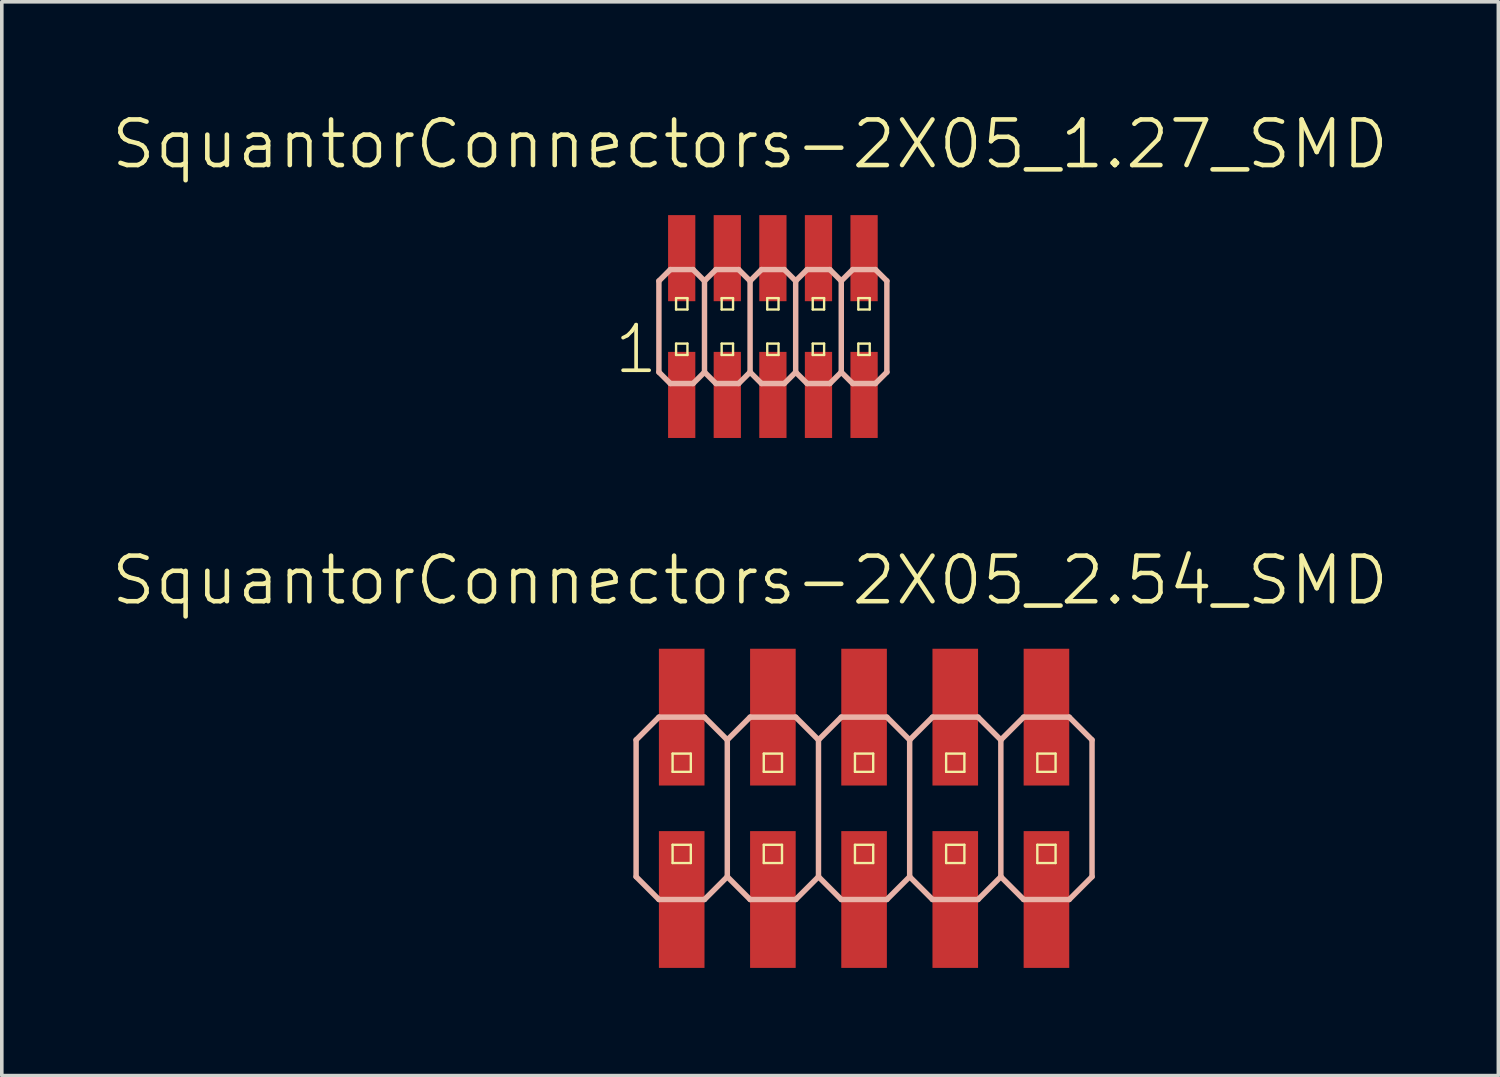
<source format=kicad_pcb>
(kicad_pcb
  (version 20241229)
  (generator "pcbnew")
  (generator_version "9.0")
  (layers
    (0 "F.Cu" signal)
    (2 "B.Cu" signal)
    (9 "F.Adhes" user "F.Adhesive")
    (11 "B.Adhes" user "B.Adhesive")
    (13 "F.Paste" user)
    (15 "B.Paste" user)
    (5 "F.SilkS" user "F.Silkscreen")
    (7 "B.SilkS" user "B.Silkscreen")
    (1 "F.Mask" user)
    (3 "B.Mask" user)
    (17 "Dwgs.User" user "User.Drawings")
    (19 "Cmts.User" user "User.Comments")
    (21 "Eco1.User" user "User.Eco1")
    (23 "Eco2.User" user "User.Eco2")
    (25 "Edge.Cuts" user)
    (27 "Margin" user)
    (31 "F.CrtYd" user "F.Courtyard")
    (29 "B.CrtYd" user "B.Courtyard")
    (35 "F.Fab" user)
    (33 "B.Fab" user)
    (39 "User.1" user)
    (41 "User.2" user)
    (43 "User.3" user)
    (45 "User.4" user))
  (footprint "SquantorConnectors-2X05_2.54_SMD"
    (layer "F.Cu")
    (at 21.019 19.466)
    (property "Reference" "SquantorConnectors-2X05_2.54_SMD" (at -3.175 -6.35 0) (layer "F.SilkS") (effects (font (size 1.27 1.27) (thickness 0.127))))
    (attr smd)
    (fp_line (start -5.334 -1.524) (end -4.826 -1.524) (stroke (width 0.066) (type solid)) (layer "F.SilkS"))
    (fp_line (start -5.334 -1.016) (end -5.334 -1.524) (stroke (width 0.066) (type solid)) (layer "F.SilkS"))
    (fp_line (start -5.334 -1.016) (end -4.826 -1.016) (stroke (width 0.066) (type solid)) (layer "F.SilkS"))
    (fp_line (start -5.334 1.016) (end -4.826 1.016) (stroke (width 0.066) (type solid)) (layer "F.SilkS"))
    (fp_line (start -5.334 1.524) (end -5.334 1.016) (stroke (width 0.066) (type solid)) (layer "F.SilkS"))
    (fp_line (start -5.334 1.524) (end -4.826 1.524) (stroke (width 0.066) (type solid)) (layer "F.SilkS"))
    (fp_line (start -4.826 -1.016) (end -4.826 -1.524) (stroke (width 0.066) (type solid)) (layer "F.SilkS"))
    (fp_line (start -4.826 1.524) (end -4.826 1.016) (stroke (width 0.066) (type solid)) (layer "F.SilkS"))
    (fp_line (start -2.794 -1.524) (end -2.286 -1.524) (stroke (width 0.066) (type solid)) (layer "F.SilkS"))
    (fp_line (start -2.794 -1.016) (end -2.794 -1.524) (stroke (width 0.066) (type solid)) (layer "F.SilkS"))
    (fp_line (start -2.794 -1.016) (end -2.286 -1.016) (stroke (width 0.066) (type solid)) (layer "F.SilkS"))
    (fp_line (start -2.794 1.016) (end -2.286 1.016) (stroke (width 0.066) (type solid)) (layer "F.SilkS"))
    (fp_line (start -2.794 1.524) (end -2.794 1.016) (stroke (width 0.066) (type solid)) (layer "F.SilkS"))
    (fp_line (start -2.794 1.524) (end -2.286 1.524) (stroke (width 0.066) (type solid)) (layer "F.SilkS"))
    (fp_line (start -2.286 -1.016) (end -2.286 -1.524) (stroke (width 0.066) (type solid)) (layer "F.SilkS"))
    (fp_line (start -2.286 1.524) (end -2.286 1.016) (stroke (width 0.066) (type solid)) (layer "F.SilkS"))
    (fp_line (start -0.254 -1.524) (end 0.254 -1.524) (stroke (width 0.066) (type solid)) (layer "F.SilkS"))
    (fp_line (start -0.254 -1.016) (end -0.254 -1.524) (stroke (width 0.066) (type solid)) (layer "F.SilkS"))
    (fp_line (start -0.254 -1.016) (end 0.254 -1.016) (stroke (width 0.066) (type solid)) (layer "F.SilkS"))
    (fp_line (start -0.254 1.016) (end 0.254 1.016) (stroke (width 0.066) (type solid)) (layer "F.SilkS"))
    (fp_line (start -0.254 1.524) (end -0.254 1.016) (stroke (width 0.066) (type solid)) (layer "F.SilkS"))
    (fp_line (start -0.254 1.524) (end 0.254 1.524) (stroke (width 0.066) (type solid)) (layer "F.SilkS"))
    (fp_line (start 0.254 -1.016) (end 0.254 -1.524) (stroke (width 0.066) (type solid)) (layer "F.SilkS"))
    (fp_line (start 0.254 1.524) (end 0.254 1.016) (stroke (width 0.066) (type solid)) (layer "F.SilkS"))
    (fp_line (start 2.286 -1.524) (end 2.794 -1.524) (stroke (width 0.066) (type solid)) (layer "F.SilkS"))
    (fp_line (start 2.286 -1.016) (end 2.286 -1.524) (stroke (width 0.066) (type solid)) (layer "F.SilkS"))
    (fp_line (start 2.286 -1.016) (end 2.794 -1.016) (stroke (width 0.066) (type solid)) (layer "F.SilkS"))
    (fp_line (start 2.286 1.016) (end 2.794 1.016) (stroke (width 0.066) (type solid)) (layer "F.SilkS"))
    (fp_line (start 2.286 1.524) (end 2.286 1.016) (stroke (width 0.066) (type solid)) (layer "F.SilkS"))
    (fp_line (start 2.286 1.524) (end 2.794 1.524) (stroke (width 0.066) (type solid)) (layer "F.SilkS"))
    (fp_line (start 2.794 -1.016) (end 2.794 -1.524) (stroke (width 0.066) (type solid)) (layer "F.SilkS"))
    (fp_line (start 2.794 1.524) (end 2.794 1.016) (stroke (width 0.066) (type solid)) (layer "F.SilkS"))
    (fp_line (start 4.826 -1.524) (end 5.334 -1.524) (stroke (width 0.066) (type solid)) (layer "F.SilkS"))
    (fp_line (start 4.826 -1.016) (end 4.826 -1.524) (stroke (width 0.066) (type solid)) (layer "F.SilkS"))
    (fp_line (start 4.826 -1.016) (end 5.334 -1.016) (stroke (width 0.066) (type solid)) (layer "F.SilkS"))
    (fp_line (start 4.826 1.016) (end 5.334 1.016) (stroke (width 0.066) (type solid)) (layer "F.SilkS"))
    (fp_line (start 4.826 1.524) (end 4.826 1.016) (stroke (width 0.066) (type solid)) (layer "F.SilkS"))
    (fp_line (start 4.826 1.524) (end 5.334 1.524) (stroke (width 0.066) (type solid)) (layer "F.SilkS"))
    (fp_line (start 5.334 -1.016) (end 5.334 -1.524) (stroke (width 0.066) (type solid)) (layer "F.SilkS"))
    (fp_line (start 5.334 1.524) (end 5.334 1.016) (stroke (width 0.066) (type solid)) (layer "F.SilkS"))
    (fp_line (start -6.35 -1.905) (end -5.715 -2.54) (stroke (width 0.152) (type solid)) (layer "B.SilkS"))
    (fp_line (start -6.35 1.905) (end -6.35 -1.905) (stroke (width 0.152) (type solid)) (layer "B.SilkS"))
    (fp_line (start -6.35 1.905) (end -5.715 2.54) (stroke (width 0.152) (type solid)) (layer "B.SilkS"))
    (fp_line (start -5.715 -2.54) (end -4.445 -2.54) (stroke (width 0.152) (type solid)) (layer "B.SilkS"))
    (fp_line (start -5.715 2.54) (end -4.445 2.54) (stroke (width 0.152) (type solid)) (layer "B.SilkS"))
    (fp_line (start -4.445 -2.54) (end -3.81 -1.905) (stroke (width 0.152) (type solid)) (layer "B.SilkS"))
    (fp_line (start -4.445 2.54) (end -3.81 1.905) (stroke (width 0.152) (type solid)) (layer "B.SilkS"))
    (fp_line (start -3.81 -1.905) (end -3.81 1.905) (stroke (width 0.152) (type solid)) (layer "B.SilkS"))
    (fp_line (start -3.81 -1.905) (end -3.175 -2.54) (stroke (width 0.152) (type solid)) (layer "B.SilkS"))
    (fp_line (start -3.81 1.905) (end -3.175 2.54) (stroke (width 0.152) (type solid)) (layer "B.SilkS"))
    (fp_line (start -3.175 -2.54) (end -1.905 -2.54) (stroke (width 0.152) (type solid)) (layer "B.SilkS"))
    (fp_line (start -3.175 2.54) (end -1.905 2.54) (stroke (width 0.152) (type solid)) (layer "B.SilkS"))
    (fp_line (start -1.905 -2.54) (end -1.27 -1.905) (stroke (width 0.152) (type solid)) (layer "B.SilkS"))
    (fp_line (start -1.905 2.54) (end -1.27 1.905) (stroke (width 0.152) (type solid)) (layer "B.SilkS"))
    (fp_line (start -1.27 -1.905) (end -1.27 1.905) (stroke (width 0.152) (type solid)) (layer "B.SilkS"))
    (fp_line (start -1.27 -1.905) (end -0.635 -2.54) (stroke (width 0.152) (type solid)) (layer "B.SilkS"))
    (fp_line (start -1.27 1.905) (end -0.635 2.54) (stroke (width 0.152) (type solid)) (layer "B.SilkS"))
    (fp_line (start -0.635 -2.54) (end 0.635 -2.54) (stroke (width 0.152) (type solid)) (layer "B.SilkS"))
    (fp_line (start -0.635 2.54) (end 0.635 2.54) (stroke (width 0.152) (type solid)) (layer "B.SilkS"))
    (fp_line (start 0.635 -2.54) (end 1.27 -1.905) (stroke (width 0.152) (type solid)) (layer "B.SilkS"))
    (fp_line (start 0.635 2.54) (end 1.27 1.905) (stroke (width 0.152) (type solid)) (layer "B.SilkS"))
    (fp_line (start 1.27 -1.905) (end 1.27 1.905) (stroke (width 0.152) (type solid)) (layer "B.SilkS"))
    (fp_line (start 1.27 -1.905) (end 1.905 -2.54) (stroke (width 0.152) (type solid)) (layer "B.SilkS"))
    (fp_line (start 1.27 1.905) (end 1.905 2.54) (stroke (width 0.152) (type solid)) (layer "B.SilkS"))
    (fp_line (start 1.905 -2.54) (end 3.175 -2.54) (stroke (width 0.152) (type solid)) (layer "B.SilkS"))
    (fp_line (start 1.905 2.54) (end 3.175 2.54) (stroke (width 0.152) (type solid)) (layer "B.SilkS"))
    (fp_line (start 3.175 -2.54) (end 3.81 -1.905) (stroke (width 0.152) (type solid)) (layer "B.SilkS"))
    (fp_line (start 3.175 2.54) (end 3.81 1.905) (stroke (width 0.152) (type solid)) (layer "B.SilkS"))
    (fp_line (start 3.81 -1.905) (end 3.81 1.905) (stroke (width 0.152) (type solid)) (layer "B.SilkS"))
    (fp_line (start 3.81 -1.905) (end 4.445 -2.54) (stroke (width 0.152) (type solid)) (layer "B.SilkS"))
    (fp_line (start 3.81 1.905) (end 4.445 2.54) (stroke (width 0.152) (type solid)) (layer "B.SilkS"))
    (fp_line (start 4.445 -2.54) (end 5.715 -2.54) (stroke (width 0.152) (type solid)) (layer "B.SilkS"))
    (fp_line (start 4.445 2.54) (end 5.715 2.54) (stroke (width 0.152) (type solid)) (layer "B.SilkS"))
    (fp_line (start 5.715 -2.54) (end 6.35 -1.905) (stroke (width 0.152) (type solid)) (layer "B.SilkS"))
    (fp_line (start 5.715 2.54) (end 6.35 1.905) (stroke (width 0.152) (type solid)) (layer "B.SilkS"))
    (fp_line (start 6.35 -1.905) (end 6.35 1.905) (stroke (width 0.152) (type solid)) (layer "B.SilkS"))
    (pad "1" smd rect (at -5.08 2.54 90) (size 3.81 1.27) (layers "F.Cu" "F.Mask" "F.Paste"))
    (pad "2" smd rect (at -5.08 -2.54 90) (size 3.81 1.27) (layers "F.Cu" "F.Mask" "F.Paste"))
    (pad "3" smd rect (at -2.54 2.54 90) (size 3.81 1.27) (layers "F.Cu" "F.Mask" "F.Paste"))
    (pad "4" smd rect (at -2.54 -2.54 90) (size 3.81 1.27) (layers "F.Cu" "F.Mask" "F.Paste"))
    (pad "5" smd rect (at 0 2.54 90) (size 3.81 1.27) (layers "F.Cu" "F.Mask" "F.Paste"))
    (pad "6" smd rect (at 0 -2.54 90) (size 3.81 1.27) (layers "F.Cu" "F.Mask" "F.Paste"))
    (pad "7" smd rect (at 2.54 2.54 90) (size 3.81 1.27) (layers "F.Cu" "F.Mask" "F.Paste"))
    (pad "8" smd rect (at 2.54 -2.54 90) (size 3.81 1.27) (layers "F.Cu" "F.Mask" "F.Paste"))
    (pad "9" smd rect (at 5.08 2.54 90) (size 3.81 1.27) (layers "F.Cu" "F.Mask" "F.Paste"))
    (pad "10" smd rect (at 5.08 -2.54 90) (size 3.81 1.27) (layers "F.Cu" "F.Mask" "F.Paste")))
  (footprint "SquantorConnectors-2X05_1.27_SMD"
    (layer "F.Cu")
    (at 18.479 6.046)
    (property "Reference" "SquantorConnectors-2X05_1.27_SMD" (at -0.635 -5.08 0) (layer "F.SilkS") (effects (font (size 1.27 1.27) (thickness 0.127))))
    (attr smd)
    (fp_line (start -2.697 -0.792) (end -2.38 -0.792) (stroke (width 0.066) (type solid)) (layer "F.SilkS"))
    (fp_line (start -2.697 -0.475) (end -2.697 -0.792) (stroke (width 0.066) (type solid)) (layer "F.SilkS"))
    (fp_line (start -2.697 -0.475) (end -2.38 -0.475) (stroke (width 0.066) (type solid)) (layer "F.SilkS"))
    (fp_line (start -2.697 0.475) (end -2.38 0.475) (stroke (width 0.066) (type solid)) (layer "F.SilkS"))
    (fp_line (start -2.697 0.792) (end -2.697 0.475) (stroke (width 0.066) (type solid)) (layer "F.SilkS"))
    (fp_line (start -2.697 0.792) (end -2.38 0.792) (stroke (width 0.066) (type solid)) (layer "F.SilkS"))
    (fp_line (start -2.38 -0.475) (end -2.38 -0.792) (stroke (width 0.066) (type solid)) (layer "F.SilkS"))
    (fp_line (start -2.38 0.792) (end -2.38 0.475) (stroke (width 0.066) (type solid)) (layer "F.SilkS"))
    (fp_line (start -1.427 -0.792) (end -1.11 -0.792) (stroke (width 0.066) (type solid)) (layer "F.SilkS"))
    (fp_line (start -1.427 -0.475) (end -1.427 -0.792) (stroke (width 0.066) (type solid)) (layer "F.SilkS"))
    (fp_line (start -1.427 -0.475) (end -1.11 -0.475) (stroke (width 0.066) (type solid)) (layer "F.SilkS"))
    (fp_line (start -1.427 0.475) (end -1.11 0.475) (stroke (width 0.066) (type solid)) (layer "F.SilkS"))
    (fp_line (start -1.427 0.792) (end -1.427 0.475) (stroke (width 0.066) (type solid)) (layer "F.SilkS"))
    (fp_line (start -1.427 0.792) (end -1.11 0.792) (stroke (width 0.066) (type solid)) (layer "F.SilkS"))
    (fp_line (start -1.11 -0.475) (end -1.11 -0.792) (stroke (width 0.066) (type solid)) (layer "F.SilkS"))
    (fp_line (start -1.11 0.792) (end -1.11 0.475) (stroke (width 0.066) (type solid)) (layer "F.SilkS"))
    (fp_line (start -0.157 -0.792) (end 0.157 -0.792) (stroke (width 0.066) (type solid)) (layer "F.SilkS"))
    (fp_line (start -0.157 -0.475) (end -0.157 -0.792) (stroke (width 0.066) (type solid)) (layer "F.SilkS"))
    (fp_line (start -0.157 -0.475) (end 0.157 -0.475) (stroke (width 0.066) (type solid)) (layer "F.SilkS"))
    (fp_line (start -0.157 0.475) (end 0.157 0.475) (stroke (width 0.066) (type solid)) (layer "F.SilkS"))
    (fp_line (start -0.157 0.792) (end -0.157 0.475) (stroke (width 0.066) (type solid)) (layer "F.SilkS"))
    (fp_line (start -0.157 0.792) (end 0.157 0.792) (stroke (width 0.066) (type solid)) (layer "F.SilkS"))
    (fp_line (start 0.157 -0.475) (end 0.157 -0.792) (stroke (width 0.066) (type solid)) (layer "F.SilkS"))
    (fp_line (start 0.157 0.792) (end 0.157 0.475) (stroke (width 0.066) (type solid)) (layer "F.SilkS"))
    (fp_line (start 1.11 -0.792) (end 1.427 -0.792) (stroke (width 0.066) (type solid)) (layer "F.SilkS"))
    (fp_line (start 1.11 -0.475) (end 1.11 -0.792) (stroke (width 0.066) (type solid)) (layer "F.SilkS"))
    (fp_line (start 1.11 -0.475) (end 1.427 -0.475) (stroke (width 0.066) (type solid)) (layer "F.SilkS"))
    (fp_line (start 1.11 0.475) (end 1.427 0.475) (stroke (width 0.066) (type solid)) (layer "F.SilkS"))
    (fp_line (start 1.11 0.792) (end 1.11 0.475) (stroke (width 0.066) (type solid)) (layer "F.SilkS"))
    (fp_line (start 1.11 0.792) (end 1.427 0.792) (stroke (width 0.066) (type solid)) (layer "F.SilkS"))
    (fp_line (start 1.427 -0.475) (end 1.427 -0.792) (stroke (width 0.066) (type solid)) (layer "F.SilkS"))
    (fp_line (start 1.427 0.792) (end 1.427 0.475) (stroke (width 0.066) (type solid)) (layer "F.SilkS"))
    (fp_line (start 2.38 -0.792) (end 2.697 -0.792) (stroke (width 0.066) (type solid)) (layer "F.SilkS"))
    (fp_line (start 2.38 -0.475) (end 2.38 -0.792) (stroke (width 0.066) (type solid)) (layer "F.SilkS"))
    (fp_line (start 2.38 -0.475) (end 2.697 -0.475) (stroke (width 0.066) (type solid)) (layer "F.SilkS"))
    (fp_line (start 2.38 0.475) (end 2.697 0.475) (stroke (width 0.066) (type solid)) (layer "F.SilkS"))
    (fp_line (start 2.38 0.792) (end 2.38 0.475) (stroke (width 0.066) (type solid)) (layer "F.SilkS"))
    (fp_line (start 2.38 0.792) (end 2.697 0.792) (stroke (width 0.066) (type solid)) (layer "F.SilkS"))
    (fp_line (start 2.697 -0.475) (end 2.697 -0.792) (stroke (width 0.066) (type solid)) (layer "F.SilkS"))
    (fp_line (start 2.697 0.792) (end 2.697 0.475) (stroke (width 0.066) (type solid)) (layer "F.SilkS"))
    (fp_line (start -3.175 -1.27) (end -2.857 -1.587) (stroke (width 0.152) (type solid)) (layer "B.SilkS"))
    (fp_line (start -3.175 1.27) (end -3.175 -1.27) (stroke (width 0.152) (type solid)) (layer "B.SilkS"))
    (fp_line (start -3.175 1.27) (end -2.857 1.587) (stroke (width 0.152) (type solid)) (layer "B.SilkS"))
    (fp_line (start -2.857 -1.587) (end -2.223 -1.587) (stroke (width 0.152) (type solid)) (layer "B.SilkS"))
    (fp_line (start -2.857 1.587) (end -2.223 1.587) (stroke (width 0.152) (type solid)) (layer "B.SilkS"))
    (fp_line (start -2.223 -1.587) (end -1.905 -1.27) (stroke (width 0.152) (type solid)) (layer "B.SilkS"))
    (fp_line (start -2.223 1.587) (end -1.905 1.27) (stroke (width 0.152) (type solid)) (layer "B.SilkS"))
    (fp_line (start -1.905 -1.27) (end -1.905 1.27) (stroke (width 0.152) (type solid)) (layer "B.SilkS"))
    (fp_line (start -1.905 -1.27) (end -1.587 -1.587) (stroke (width 0.152) (type solid)) (layer "B.SilkS"))
    (fp_line (start -1.905 1.27) (end -1.587 1.587) (stroke (width 0.152) (type solid)) (layer "B.SilkS"))
    (fp_line (start -1.587 -1.587) (end -0.953 -1.587) (stroke (width 0.152) (type solid)) (layer "B.SilkS"))
    (fp_line (start -1.587 1.587) (end -0.953 1.587) (stroke (width 0.152) (type solid)) (layer "B.SilkS"))
    (fp_line (start -0.953 -1.587) (end -0.635 -1.27) (stroke (width 0.152) (type solid)) (layer "B.SilkS"))
    (fp_line (start -0.953 1.587) (end -0.635 1.27) (stroke (width 0.152) (type solid)) (layer "B.SilkS"))
    (fp_line (start -0.635 -1.27) (end -0.635 1.27) (stroke (width 0.152) (type solid)) (layer "B.SilkS"))
    (fp_line (start -0.635 -1.27) (end -0.318 -1.587) (stroke (width 0.152) (type solid)) (layer "B.SilkS"))
    (fp_line (start -0.635 1.27) (end -0.318 1.587) (stroke (width 0.152) (type solid)) (layer "B.SilkS"))
    (fp_line (start -0.318 -1.587) (end 0.318 -1.587) (stroke (width 0.152) (type solid)) (layer "B.SilkS"))
    (fp_line (start -0.318 1.587) (end 0.318 1.587) (stroke (width 0.152) (type solid)) (layer "B.SilkS"))
    (fp_line (start 0.318 -1.587) (end 0.635 -1.27) (stroke (width 0.152) (type solid)) (layer "B.SilkS"))
    (fp_line (start 0.318 1.587) (end 0.635 1.27) (stroke (width 0.152) (type solid)) (layer "B.SilkS"))
    (fp_line (start 0.635 -1.27) (end 0.635 1.27) (stroke (width 0.152) (type solid)) (layer "B.SilkS"))
    (fp_line (start 0.635 -1.27) (end 0.953 -1.587) (stroke (width 0.152) (type solid)) (layer "B.SilkS"))
    (fp_line (start 0.635 1.27) (end 0.953 1.587) (stroke (width 0.152) (type solid)) (layer "B.SilkS"))
    (fp_line (start 0.953 -1.587) (end 1.587 -1.587) (stroke (width 0.152) (type solid)) (layer "B.SilkS"))
    (fp_line (start 0.953 1.587) (end 1.587 1.587) (stroke (width 0.152) (type solid)) (layer "B.SilkS"))
    (fp_line (start 1.587 -1.587) (end 1.905 -1.27) (stroke (width 0.152) (type solid)) (layer "B.SilkS"))
    (fp_line (start 1.587 1.587) (end 1.905 1.27) (stroke (width 0.152) (type solid)) (layer "B.SilkS"))
    (fp_line (start 1.905 -1.27) (end 1.905 1.27) (stroke (width 0.152) (type solid)) (layer "B.SilkS"))
    (fp_line (start 1.905 -1.27) (end 2.223 -1.587) (stroke (width 0.152) (type solid)) (layer "B.SilkS"))
    (fp_line (start 1.905 1.27) (end 2.223 1.587) (stroke (width 0.152) (type solid)) (layer "B.SilkS"))
    (fp_line (start 2.223 -1.587) (end 2.857 -1.587) (stroke (width 0.152) (type solid)) (layer "B.SilkS"))
    (fp_line (start 2.223 1.587) (end 2.857 1.587) (stroke (width 0.152) (type solid)) (layer "B.SilkS"))
    (fp_line (start 2.857 -1.587) (end 3.175 -1.27) (stroke (width 0.152) (type solid)) (layer "B.SilkS"))
    (fp_line (start 2.857 1.587) (end 3.175 1.27) (stroke (width 0.152) (type solid)) (layer "B.SilkS"))
    (fp_line (start 3.175 -1.27) (end 3.175 1.27) (stroke (width 0.152) (type solid)) (layer "B.SilkS"))
    (fp_text user "1" (at -3.81 0.635 0) (layer "F.SilkS") (effects (font (size 1.27 1.27) (thickness 0.102))))
    (pad "1" smd rect (at -2.54 1.905 90) (size 2.398 0.759) (layers "F.Cu" "F.Mask" "F.Paste"))
    (pad "2" smd rect (at -2.54 -1.905 90) (size 2.398 0.759) (layers "F.Cu" "F.Mask" "F.Paste"))
    (pad "3" smd rect (at -1.27 1.905 90) (size 2.398 0.759) (layers "F.Cu" "F.Mask" "F.Paste"))
    (pad "4" smd rect (at -1.27 -1.905 90) (size 2.398 0.759) (layers "F.Cu" "F.Mask" "F.Paste"))
    (pad "5" smd rect (at 0 1.905 90) (size 2.398 0.759) (layers "F.Cu" "F.Mask" "F.Paste"))
    (pad "6" smd rect (at 0 -1.905 90) (size 2.398 0.759) (layers "F.Cu" "F.Mask" "F.Paste"))
    (pad "7" smd rect (at 1.27 1.905 90) (size 2.398 0.759) (layers "F.Cu" "F.Mask" "F.Paste"))
    (pad "8" smd rect (at 1.27 -1.905 90) (size 2.398 0.759) (layers "F.Cu" "F.Mask" "F.Paste"))
    (pad "9" smd rect (at 2.54 1.905 90) (size 2.398 0.759) (layers "F.Cu" "F.Mask" "F.Paste"))
    (pad "10" smd rect (at 2.54 -1.905 90) (size 2.398 0.759) (layers "F.Cu" "F.Mask" "F.Paste")))
  (gr_rect
    (start -3 -3)
    (end 38.687 26.911)
    (stroke (width 0.1) (type default))
    (fill no)
    (layer "Edge.Cuts")))
</source>
